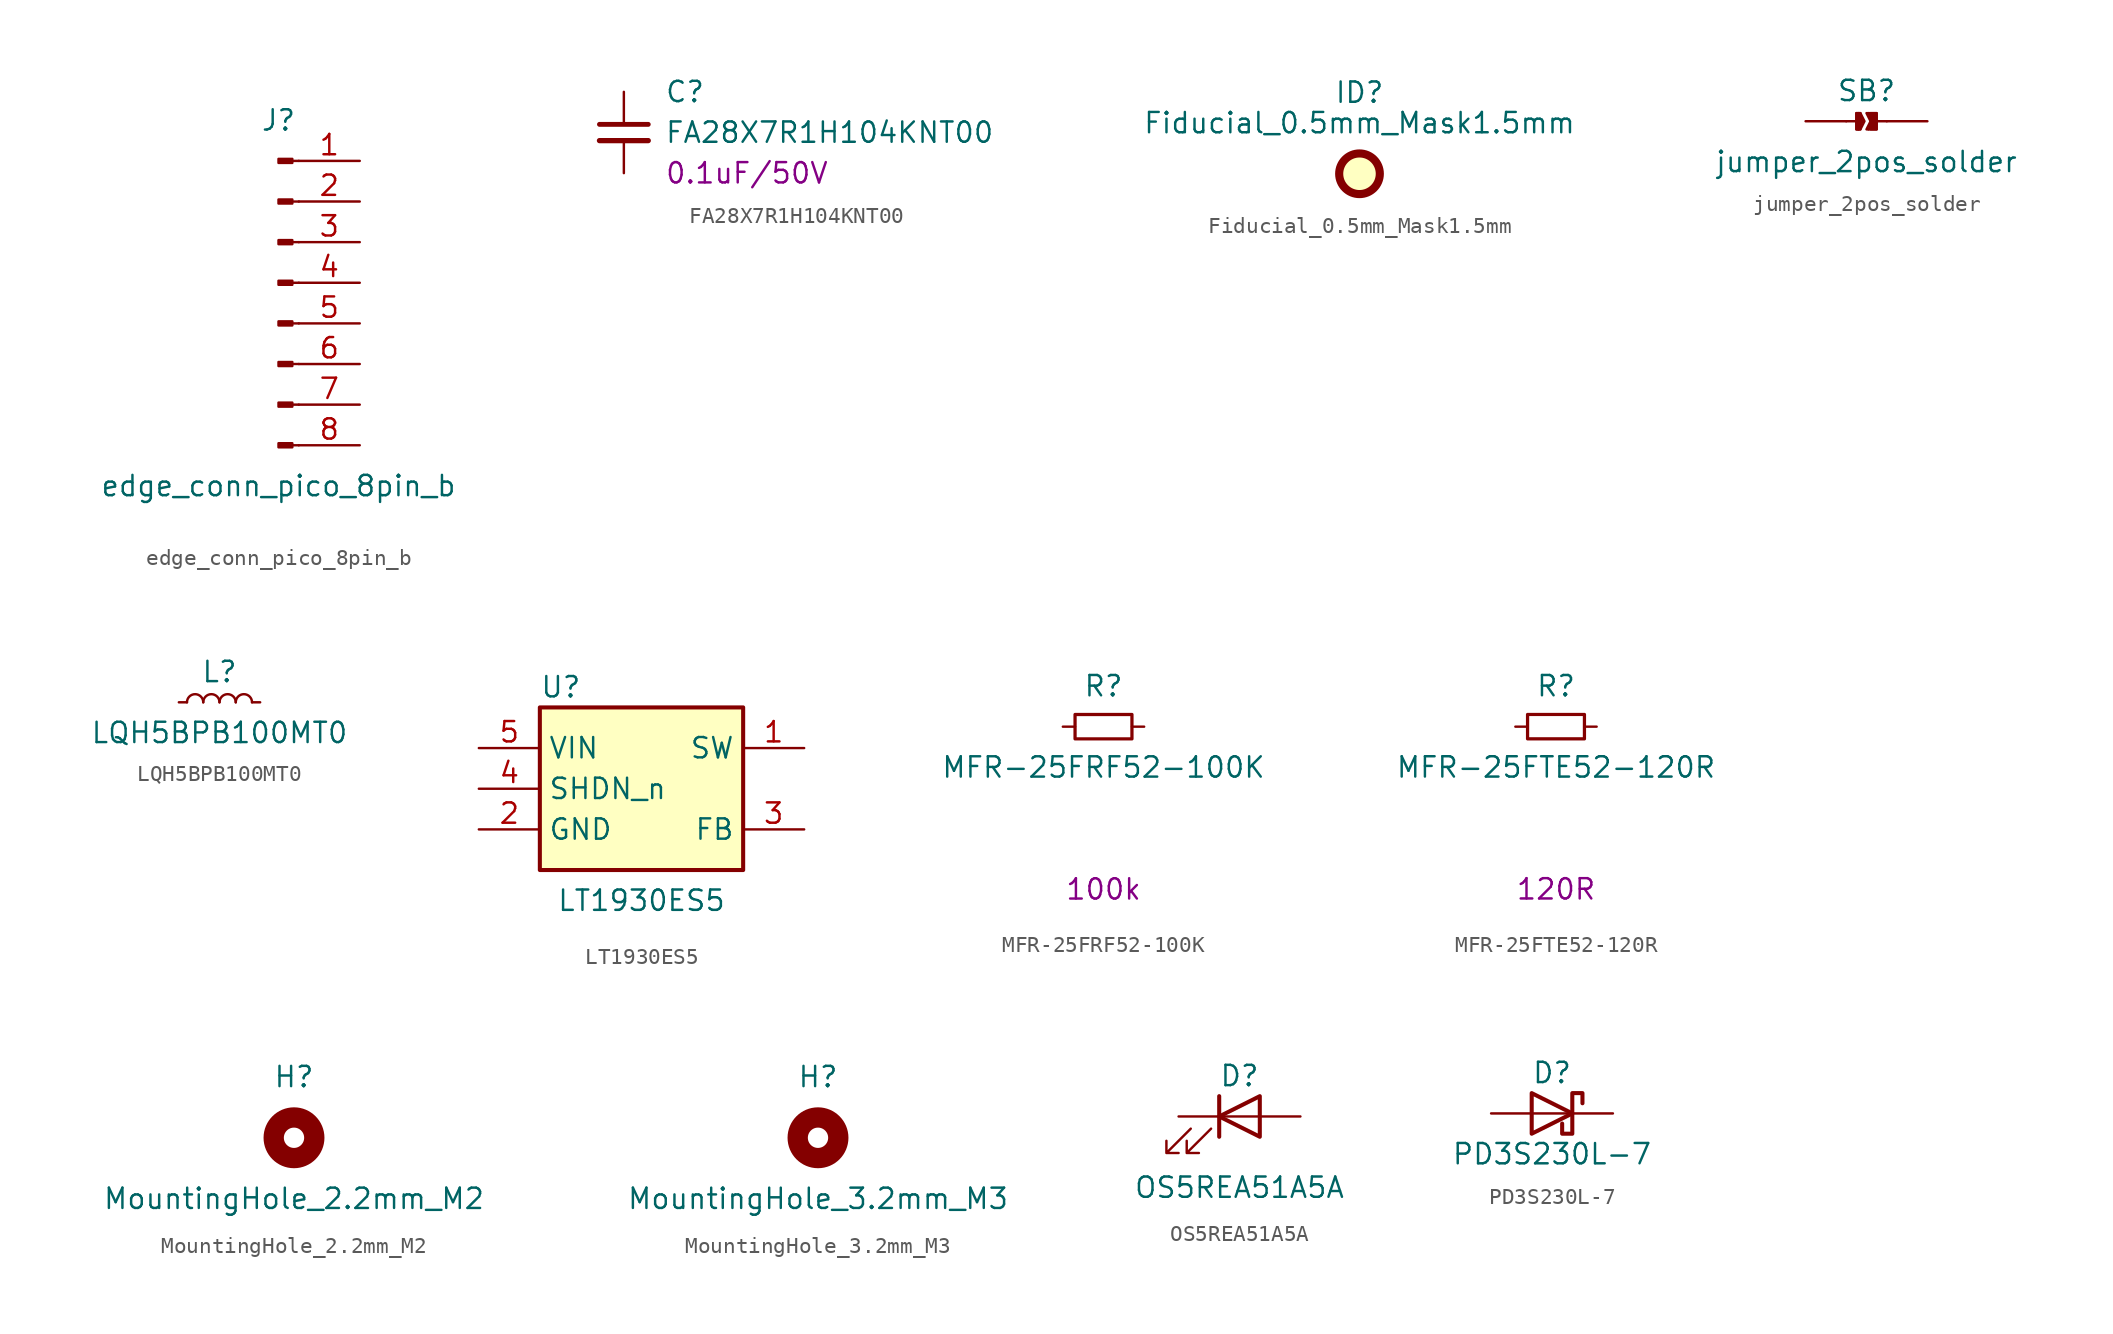
<source format=kicad_sym>
(kicad_symbol_lib
  (version 20241209)
  (generator "kicad_symbol_editor")
  (generator_version "9.0")
  (symbol "edge_conn_pico_8pin_b"
    (pin_names
      (offset 1.016)
      (hide yes))
    (property "Reference" "J"
      (at 0 10.16 0)
      (effects (font (size 1.27 1.27))))
    (property "Value" "edge_conn_pico_8pin_b"
      (at 0 -12.7 0)
      (effects (font (size 1.27 1.27))))
    (symbol "edge_conn_pico_8pin_b_1_1"
      (rectangle (start 0.864 7.747) (end 0 7.493) (stroke (width 0.152) (type default)) (fill (type outline)))
      (rectangle (start 0.864 5.207) (end 0 4.953) (stroke (width 0.152) (type default)) (fill (type outline)))
      (rectangle (start 0.864 2.667) (end 0 2.413) (stroke (width 0.152) (type default)) (fill (type outline)))
      (rectangle (start 0.864 0.127) (end 0 -0.127) (stroke (width 0.152) (type default)) (fill (type outline)))
      (rectangle (start 0.864 -2.413) (end 0 -2.667) (stroke (width 0.152) (type default)) (fill (type outline)))
      (rectangle (start 0.864 -4.953) (end 0 -5.207) (stroke (width 0.152) (type default)) (fill (type outline)))
      (rectangle (start 0.864 -7.493) (end 0 -7.747) (stroke (width 0.152) (type default)) (fill (type outline)))
      (rectangle (start 0.864 -10.033) (end 0 -10.287) (stroke (width 0.152) (type default)) (fill (type outline)))
      (polyline (pts (xy 1.27 7.62) (xy 0.864 7.62)) (stroke (width 0.152) (type default)) (fill (type none)))
      (polyline (pts (xy 1.27 5.08) (xy 0.864 5.08)) (stroke (width 0.152) (type default)) (fill (type none)))
      (polyline (pts (xy 1.27 2.54) (xy 0.864 2.54)) (stroke (width 0.152) (type default)) (fill (type none)))
      (polyline (pts (xy 1.27 0) (xy 0.864 0)) (stroke (width 0.152) (type default)) (fill (type none)))
      (polyline (pts (xy 1.27 -2.54) (xy 0.864 -2.54)) (stroke (width 0.152) (type default)) (fill (type none)))
      (polyline (pts (xy 1.27 -5.08) (xy 0.864 -5.08)) (stroke (width 0.152) (type default)) (fill (type none)))
      (polyline (pts (xy 1.27 -7.62) (xy 0.864 -7.62)) (stroke (width 0.152) (type default)) (fill (type none)))
      (polyline (pts (xy 1.27 -10.16) (xy 0.864 -10.16)) (stroke (width 0.152) (type default)) (fill (type none)))
      (pin passive line (at 5.08 7.62 180) (length 3.81) (name "Pin_1" (effects (font (size 1.27 1.27)))) (number "1" (effects (font (size 1.27 1.27)))))
      (pin passive line (at 5.08 5.08 180) (length 3.81) (name "Pin_2" (effects (font (size 1.27 1.27)))) (number "2" (effects (font (size 1.27 1.27)))))
      (pin passive line (at 5.08 2.54 180) (length 3.81) (name "Pin_3" (effects (font (size 1.27 1.27)))) (number "3" (effects (font (size 1.27 1.27)))))
      (pin passive line (at 5.08 0 180) (length 3.81) (name "Pin_4" (effects (font (size 1.27 1.27)))) (number "4" (effects (font (size 1.27 1.27)))))
      (pin passive line (at 5.08 -2.54 180) (length 3.81) (name "Pin_5" (effects (font (size 1.27 1.27)))) (number "5" (effects (font (size 1.27 1.27)))))
      (pin passive line (at 5.08 -5.08 180) (length 3.81) (name "Pin_6" (effects (font (size 1.27 1.27)))) (number "6" (effects (font (size 1.27 1.27)))))
      (pin passive line (at 5.08 -7.62 180) (length 3.81) (name "Pin_7" (effects (font (size 1.27 1.27)))) (number "7" (effects (font (size 1.27 1.27)))))
      (pin passive line (at 5.08 -10.16 180) (length 3.81) (name "Pin_8" (effects (font (size 1.27 1.27)))) (number "8" (effects (font (size 1.27 1.27)))))))
  (symbol "FA28X7R1H104KNT00"
    (pin_numbers
      (hide yes))
    (pin_names
      (offset 0.254)
      (hide yes))
    (property "Reference" "C"
      (at 2.54 2.54 0)
      (effects (font (size 1.27 1.27)) (justify left)))
    (property "Value" "FA28X7R1H104KNT00"
      (at 2.54 0 0)
      (effects (font (size 1.27 1.27)) (justify left)))
    (property "Param" "0.1uF/50V"
      (at 2.54 -2.54 0)
      (effects (font (size 1.27 1.27)) (justify left)))
    (symbol "FA28X7R1H104KNT00_0_1"
      (polyline (pts (xy -1.524 0.508) (xy 1.524 0.508)) (stroke (width 0.305) (type default)) (fill (type none)))
      (polyline (pts (xy -1.524 -0.508) (xy 1.524 -0.508)) (stroke (width 0.33) (type default)) (fill (type none))))
    (symbol "FA28X7R1H104KNT00_1_1"
      (pin passive line (at 0 2.54 270) (length 2.032) (name "~" (effects (font (size 1.27 1.27)))) (number "1" (effects (font (size 1.27 1.27)))))
      (pin passive line (at 0 -2.54 90) (length 2.032) (name "~" (effects (font (size 1.27 1.27)))) (number "2" (effects (font (size 1.27 1.27)))))))
  (symbol "Fiducial_0.5mm_Mask1.5mm"
    (property "Reference" "ID"
      (at 0 5.08 0)
      (effects (font (size 1.27 1.27))))
    (property "Value" "Fiducial_0.5mm_Mask1.5mm"
      (at 0 3.175 0)
      (effects (font (size 1.27 1.27))))
    (symbol "Fiducial_0.5mm_Mask1.5mm_0_1"
      (circle (center 0 0) (radius 1.27) (stroke (width 0.508) (type default)) (fill (type background)))))
  (symbol "jumper_2pos_solder"
    (pin_numbers
      (hide yes))
    (pin_names
      (offset 0)
      (hide yes))
    (property "Reference" "SB"
      (at 0 1.905 0)
      (effects (font (size 1.27 1.27))))
    (property "Value" "jumper_2pos_solder"
      (at 0 -2.54 0)
      (effects (font (size 1.27 1.27))))
    (symbol "jumper_2pos_solder_0_1"
      (polyline (pts (xy -1.27 0) (xy -0.635 0)) (stroke (width 0) (type default)) (fill (type none)))
      (rectangle (start -0.635 0.508) (end -0.381 -0.508) (stroke (width 0) (type default)) (fill (type outline)))
      (polyline (pts (xy -0.508 0.508) (xy -0.254 0) (xy -0.508 -0.508)) (stroke (width 0) (type default)) (fill (type none)))
      (polyline (pts (xy -0.381 0.508) (xy -0.127 0) (xy -0.381 -0.508) (xy -0.635 -0.508) (xy -0.635 0.508) (xy -0.381 0.508)) (stroke (width 0) (type default)) (fill (type none)))
      (polyline (pts (xy 0 0.508) (xy 0.635 0.508) (xy 0.635 -0.508) (xy 0 -0.508) (xy 0.254 0) (xy 0 0.508)) (stroke (width 0) (type default)) (fill (type none)))
      (polyline (pts (xy 0.127 0.508) (xy 0.381 0) (xy 0.127 -0.508)) (stroke (width 0) (type default)) (fill (type none)))
      (rectangle (start 0.254 0.508) (end 0.635 -0.508) (stroke (width 0) (type default)) (fill (type outline)))
      (polyline (pts (xy 1.27 0) (xy 0.635 0)) (stroke (width 0) (type default)) (fill (type none))))
    (symbol "jumper_2pos_solder_1_1"
      (pin passive line (at -3.81 0 0) (length 2.54) (name "A" (effects (font (size 1.27 1.27)))) (number "1" (effects (font (size 1.27 1.27)))))
      (pin passive line (at 3.81 0 180) (length 2.54) (name "B" (effects (font (size 1.27 1.27)))) (number "2" (effects (font (size 1.27 1.27)))))))
  (symbol "LQH5BPB100MT0"
    (pin_numbers
      (hide yes))
    (pin_names
      (offset 0.254)
      (hide yes))
    (property "Reference" "L"
      (at 0 1.905 0)
      (effects (font (size 1.27 1.27))))
    (property "Value" "LQH5BPB100MT0"
      (at 0 -1.905 0)
      (effects (font (size 1.27 1.27))))
    (symbol "LQH5BPB100MT0_0_1"
      (arc (start -2.032 0) (mid -1.524 0.5058) (end -1.016 0) (stroke (width 0) (type default)) (fill (type none)))
      (arc (start -1.016 0) (mid -0.508 0.5058) (end 0 0) (stroke (width 0) (type default)) (fill (type none)))
      (arc (start 0 0) (mid 0.508 0.5058) (end 1.016 0) (stroke (width 0) (type default)) (fill (type none)))
      (arc (start 1.016 0) (mid 1.524 0.5058) (end 2.032 0) (stroke (width 0) (type default)) (fill (type none))))
    (symbol "LQH5BPB100MT0_1_1"
      (pin passive line (at -2.54 0 0) (length 0.508) (name "~" (effects (font (size 1.27 1.27)))) (number "1" (effects (font (size 1.27 1.27)))))
      (pin passive line (at 2.54 0 180) (length 0.508) (name "~" (effects (font (size 1.27 1.27)))) (number "2" (effects (font (size 1.27 1.27)))))))
  (symbol "LT1930ES5"
    (property "Reference" "U"
      (at -6.35 6.35 0)
      (effects (font (size 1.27 1.27)) (justify left)))
    (property "Value" "LT1930ES5"
      (at 0 -6.985 0)
      (effects (font (size 1.27 1.27))))
    (symbol "LT1930ES5_0_1"
      (rectangle (start -6.35 5.08) (end 6.35 -5.08) (stroke (width 0.254) (type default)) (fill (type background))))
    (symbol "LT1930ES5_1_1"
      (pin power_in line (at -10.16 2.54 0) (length 3.81) (name "VIN" (effects (font (size 1.27 1.27)))) (number "5" (effects (font (size 1.27 1.27)))))
      (pin passive line (at -10.16 0 0) (length 3.81) (name "SHDN_n" (effects (font (size 1.27 1.27)))) (number "4" (effects (font (size 1.27 1.27)))))
      (pin power_in line (at -10.16 -2.54 0) (length 3.81) (name "GND" (effects (font (size 1.27 1.27)))) (number "2" (effects (font (size 1.27 1.27)))))
      (pin input line (at 10.16 2.54 180) (length 3.81) (name "SW" (effects (font (size 1.27 1.27)))) (number "1" (effects (font (size 1.27 1.27)))))
      (pin passive line (at 10.16 -2.54 180) (length 3.81) (name "FB" (effects (font (size 1.27 1.27)))) (number "3" (effects (font (size 1.27 1.27)))))))
  (symbol "MFR-25FRF52-100K"
    (pin_numbers
      (hide yes))
    (pin_names
      (offset 0.254)
      (hide yes))
    (property "Reference" "R"
      (at 0 2.54 0)
      (effects (font (size 1.27 1.27))))
    (property "Value" "MFR-25FRF52-100K"
      (at 0 -2.54 0)
      (effects (font (size 1.27 1.27))))
    (property "Param" "100k"
      (at 0 -10.16 0)
      (effects (font (size 1.27 1.27))))
    (symbol "MFR-25FRF52-100K_0_1"
      (rectangle (start -1.778 0.762) (end 1.778 -0.762) (stroke (width 0.203) (type default)) (fill (type none))))
    (symbol "MFR-25FRF52-100K_1_1"
      (pin passive line (at -2.54 0 0) (length 0.762) (name "~" (effects (font (size 1.27 1.27)))) (number "1" (effects (font (size 1.27 1.27)))))
      (pin passive line (at 2.54 0 180) (length 0.762) (name "~" (effects (font (size 1.27 1.27)))) (number "2" (effects (font (size 1.27 1.27)))))))
  (symbol "MFR-25FTE52-120R"
    (pin_numbers
      (hide yes))
    (pin_names
      (offset 0.254)
      (hide yes))
    (property "Reference" "R"
      (at 0 2.54 0)
      (effects (font (size 1.27 1.27))))
    (property "Value" "MFR-25FTE52-120R"
      (at 0 -2.54 0)
      (effects (font (size 1.27 1.27))))
    (property "Param" "120R"
      (at 0 -10.16 0)
      (effects (font (size 1.27 1.27))))
    (symbol "MFR-25FTE52-120R_0_1"
      (rectangle (start -1.778 0.762) (end 1.778 -0.762) (stroke (width 0.203) (type default)) (fill (type none))))
    (symbol "MFR-25FTE52-120R_1_1"
      (pin passive line (at -2.54 0 0) (length 0.762) (name "~" (effects (font (size 1.27 1.27)))) (number "1" (effects (font (size 1.27 1.27)))))
      (pin passive line (at 2.54 0 180) (length 0.762) (name "~" (effects (font (size 1.27 1.27)))) (number "2" (effects (font (size 1.27 1.27)))))))
  (symbol "MountingHole_2.2mm_M2"
    (pin_names
      (offset 1.016))
    (property "Reference" "H"
      (at 0 3.81 0)
      (effects (font (size 1.27 1.27))))
    (property "Value" "MountingHole_2.2mm_M2"
      (at 0 -3.81 0)
      (effects (font (size 1.27 1.27))))
    (symbol "MountingHole_2.2mm_M2_0_1"
      (circle (center 0 0) (radius 1.27) (stroke (width 1.27) (type default)) (fill (type none)))))
  (symbol "MountingHole_3.2mm_M3"
    (pin_names
      (offset 1.016))
    (property "Reference" "H"
      (at 0 3.81 0)
      (effects (font (size 1.27 1.27))))
    (property "Value" "MountingHole_3.2mm_M3"
      (at 0 -3.81 0)
      (effects (font (size 1.27 1.27))))
    (symbol "MountingHole_3.2mm_M3_0_1"
      (circle (center 0 0) (radius 1.27) (stroke (width 1.27) (type default)) (fill (type none)))))
  (symbol "OS5REA51A5A"
    (pin_numbers
      (hide yes))
    (pin_names
      (offset 1.016)
      (hide yes))
    (property "Reference" "D"
      (at 0 2.54 0)
      (effects (font (size 1.27 1.27))))
    (property "Value" "OS5REA51A5A"
      (at 0 -4.445 0)
      (effects (font (size 1.27 1.27))))
    (symbol "OS5REA51A5A_0_1"
      (polyline (pts (xy -3.048 -0.762) (xy -4.572 -2.286) (xy -3.81 -2.286) (xy -4.572 -2.286) (xy -4.572 -1.524)) (stroke (width 0) (type default)) (fill (type none)))
      (polyline (pts (xy -1.778 -0.762) (xy -3.302 -2.286) (xy -2.54 -2.286) (xy -3.302 -2.286) (xy -3.302 -1.524)) (stroke (width 0) (type default)) (fill (type none)))
      (polyline (pts (xy -1.27 0) (xy 1.27 0)) (stroke (width 0) (type default)) (fill (type none)))
      (polyline (pts (xy -1.27 -1.27) (xy -1.27 1.27)) (stroke (width 0.254) (type default)) (fill (type none)))
      (polyline (pts (xy 1.27 -1.27) (xy 1.27 1.27) (xy -1.27 0) (xy 1.27 -1.27)) (stroke (width 0.254) (type default)) (fill (type none))))
    (symbol "OS5REA51A5A_1_1"
      (pin passive line (at -3.81 0 0) (length 2.54) (name "K" (effects (font (size 1.27 1.27)))) (number "1" (effects (font (size 1.27 1.27)))))
      (pin passive line (at 3.81 0 180) (length 2.54) (name "A" (effects (font (size 1.27 1.27)))) (number "2" (effects (font (size 1.27 1.27)))))))
  (symbol "PD3S230L-7"
    (pin_numbers
      (hide yes))
    (pin_names
      (offset 1.016)
      (hide yes))
    (property "Reference" "D"
      (at 0 2.54 0)
      (effects (font (size 1.27 1.27))))
    (property "Value" "PD3S230L-7"
      (at 0 -2.54 0)
      (effects (font (size 1.27 1.27))))
    (symbol "PD3S230L-7_0_1"
      (polyline (pts (xy -1.27 1.27) (xy -1.27 -1.27) (xy 1.27 0) (xy -1.27 1.27)) (stroke (width 0.254) (type default)) (fill (type none)))
      (polyline (pts (xy -1.27 0) (xy 1.27 0)) (stroke (width 0) (type default)) (fill (type none)))
      (polyline (pts (xy 1.905 0.635) (xy 1.905 1.27) (xy 1.27 1.27) (xy 1.27 -1.27) (xy 0.635 -1.27) (xy 0.635 -0.635)) (stroke (width 0.254) (type default)) (fill (type none))))
    (symbol "PD3S230L-7_1_1"
      (pin passive line (at -3.81 0 0) (length 2.54) (name "A" (effects (font (size 1.27 1.27)))) (number "1" (effects (font (size 1.27 1.27)))))
      (pin passive line (at 3.81 0 180) (length 2.54) (name "K" (effects (font (size 1.27 1.27)))) (number "2" (effects (font (size 1.27 1.27))))))))
</source>
